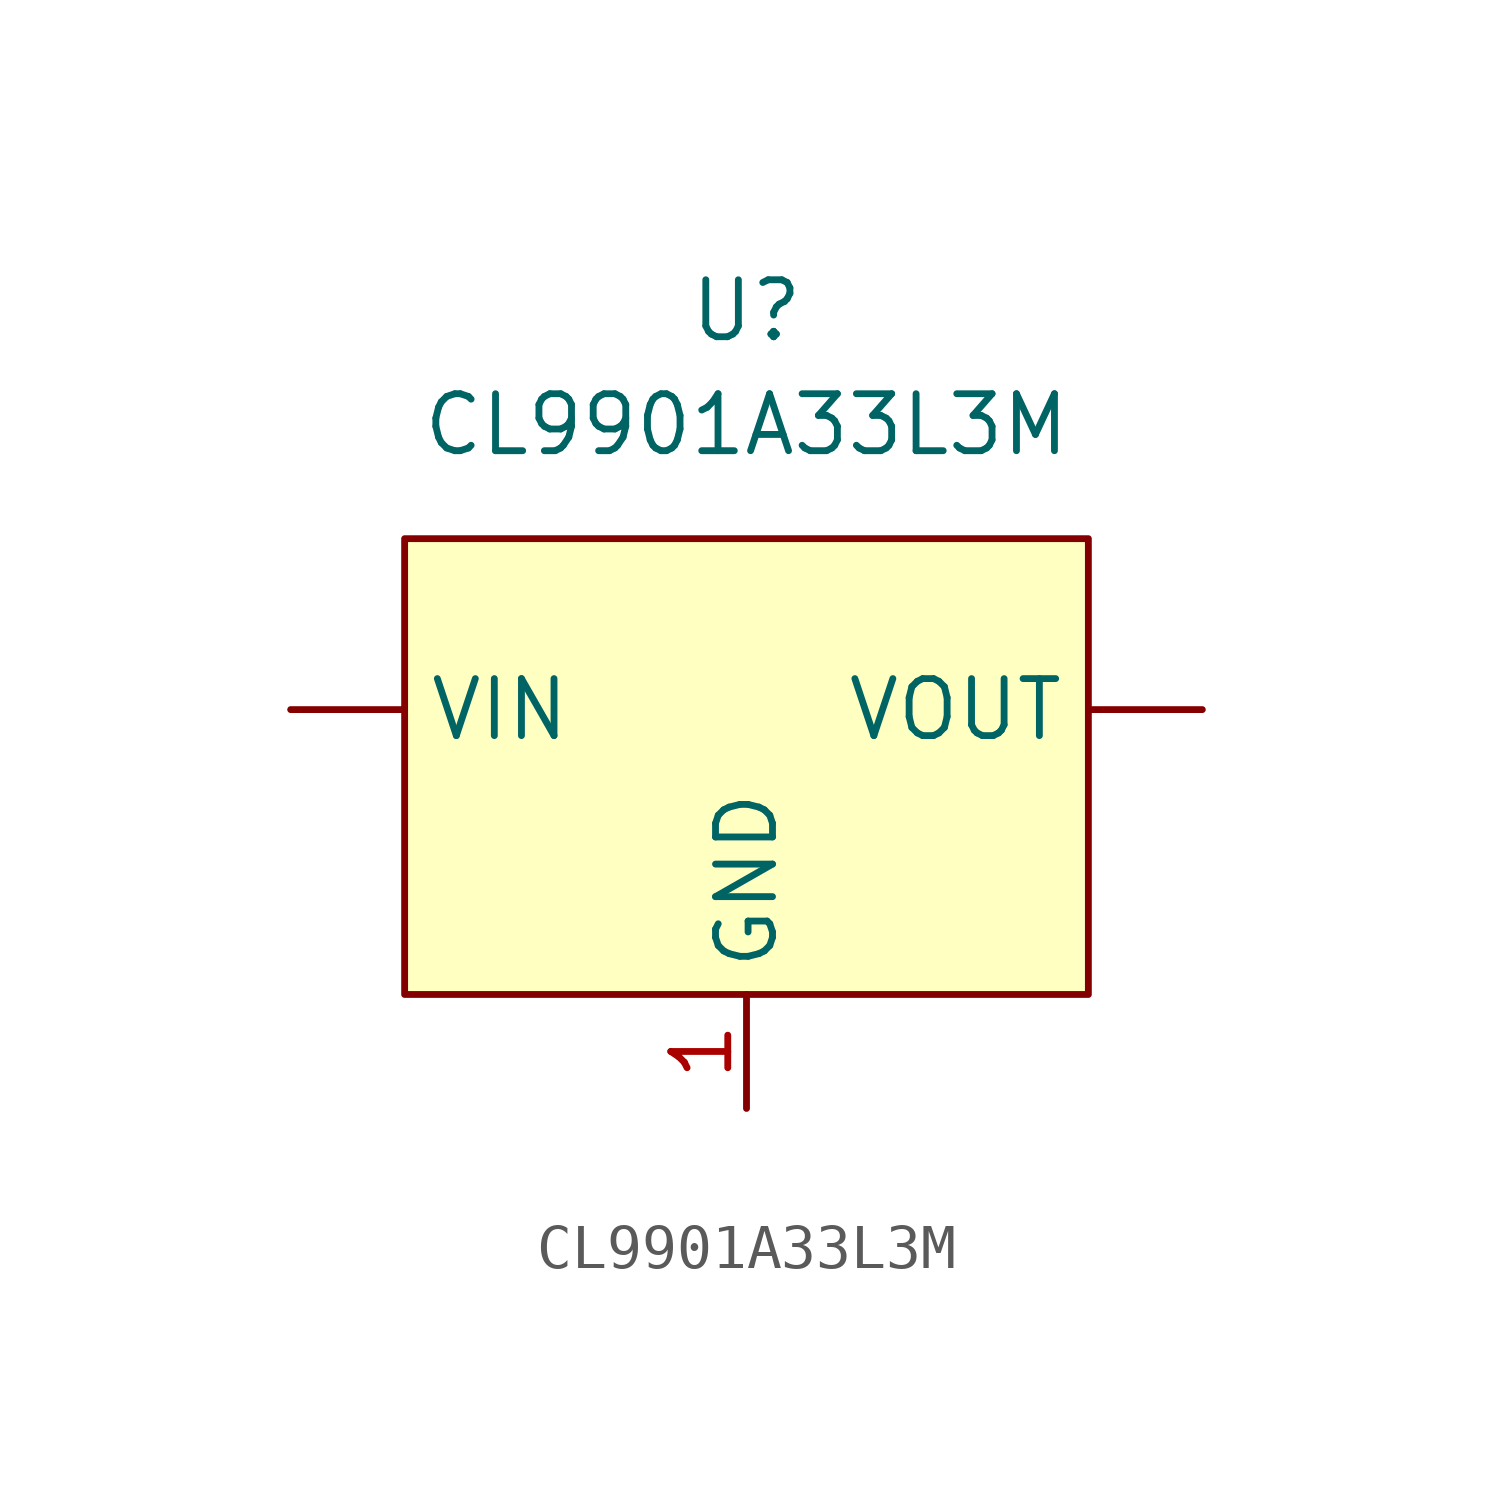
<source format=kicad_sym>
(kicad_symbol_lib
  (version 20211014)
  (generator kicad_symbol_editor)
  (symbol "CL9901A33L3M"
    (property "Reference" "U"
      (at 7.62 5.08 0)
      (effects (font (size 1.27 1.27))))
    (property "Value" "CL9901A33L3M"
      (at 7.62 2.54 0)
      (effects (font (size 1.27 1.27))))
    (symbol "CL9901A33L3M_0_1"
      (rectangle (start 0 0) (end 15.24 -10.16) (stroke (width 0) (type default) (color 0 0 0 0)) (fill (type background))))
    (symbol "CL9901A33L3M_1_1"
      (pin power_in line (at -2.54 -3.81 0) (length 2.54) (name "VIN" (effects (font (size 1.27 1.27)))) (number "" (effects (font (size 1.27 1.27)))))
      (pin power_out line (at 17.78 -3.81 180) (length 2.54) (name "VOUT" (effects (font (size 1.27 1.27)))) (number "" (effects (font (size 1.27 1.27)))))
      (pin power_in line (at 7.62 -12.7 90) (length 2.54) (name "GND" (effects (font (size 1.27 1.27)))) (number "1" (effects (font (size 1.27 1.27))))))))
</source>
